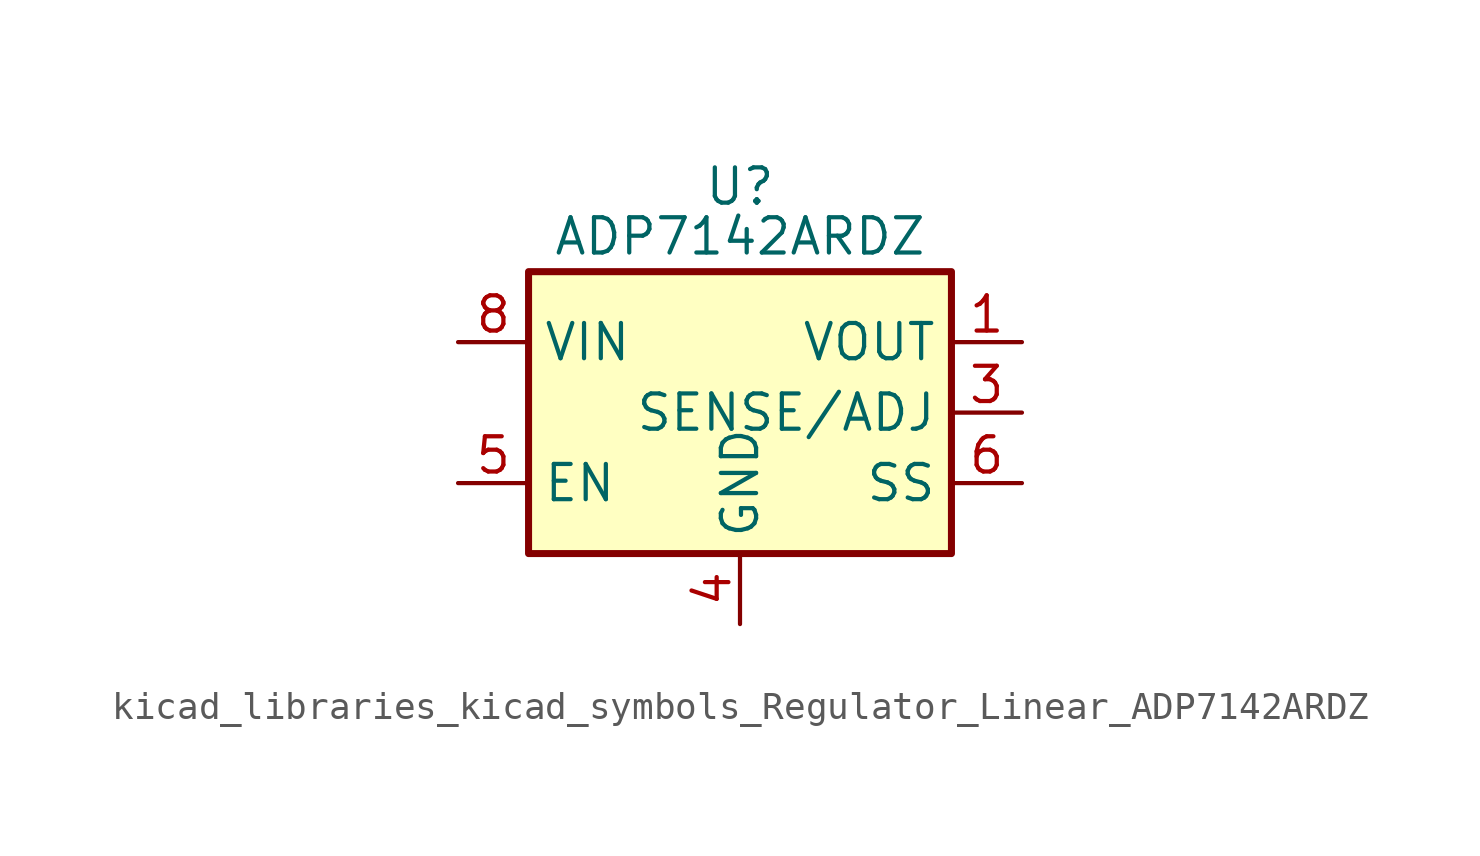
<source format=kicad_sym>
(kicad_symbol_lib
  (version 20220914)
  (generator kicad_symbol_editor)
  (symbol "kicad_libraries_kicad_symbols_Regulator_Linear_ADP7142ARDZ"
    (property "Reference" "U"
      (at 0 8.89 0)
      (effects (font (size 1.27 1.27)) (justify top)))
    (property "Value" "ADP7142ARDZ"
      (at 0 6.35 0)
      (effects (font (size 1.27 1.27))))
    (symbol "kicad_libraries_kicad_symbols_Regulator_Linear_ADP7142ARDZ_0_1"
      (rectangle (start -7.62 5.08) (end 7.62 -5.08) (stroke (width 0.254) (type default)) (fill (type background))))
    (symbol "kicad_libraries_kicad_symbols_Regulator_Linear_ADP7142ARDZ_1_1"
      (pin power_out line (at 10.16 2.54 180) (length 2.54) (name "VOUT" (effects (font (size 1.27 1.27)))) (number "1" (effects (font (size 1.27 1.27)))))
      (pin passive line (at 10.16 2.54 180) (length 2.54) hide (name "VOUT" (effects (font (size 1.27 1.27)))) (number "2" (effects (font (size 1.27 1.27)))))
      (pin input line (at 10.16 0 180) (length 2.54) (name "SENSE/ADJ" (effects (font (size 1.27 1.27)))) (number "3" (effects (font (size 1.27 1.27)))))
      (pin power_in line (at 0 -7.62 90) (length 2.54) (name "GND" (effects (font (size 1.27 1.27)))) (number "4" (effects (font (size 1.27 1.27)))))
      (pin input line (at -10.16 -2.54 0) (length 2.54) (name "EN" (effects (font (size 1.27 1.27)))) (number "5" (effects (font (size 1.27 1.27)))))
      (pin passive line (at 10.16 -2.54 180) (length 2.54) (name "SS" (effects (font (size 1.27 1.27)))) (number "6" (effects (font (size 1.27 1.27)))))
      (pin passive line (at -10.16 2.54 0) (length 2.54) hide (name "VIN" (effects (font (size 1.27 1.27)))) (number "7" (effects (font (size 1.27 1.27)))))
      (pin power_in line (at -10.16 2.54 0) (length 2.54) (name "VIN" (effects (font (size 1.27 1.27)))) (number "8" (effects (font (size 1.27 1.27)))))
      (pin passive line (at 0 -7.62 90) (length 2.54) hide (name "GND" (effects (font (size 1.27 1.27)))) (number "9" (effects (font (size 1.27 1.27))))))))
</source>
